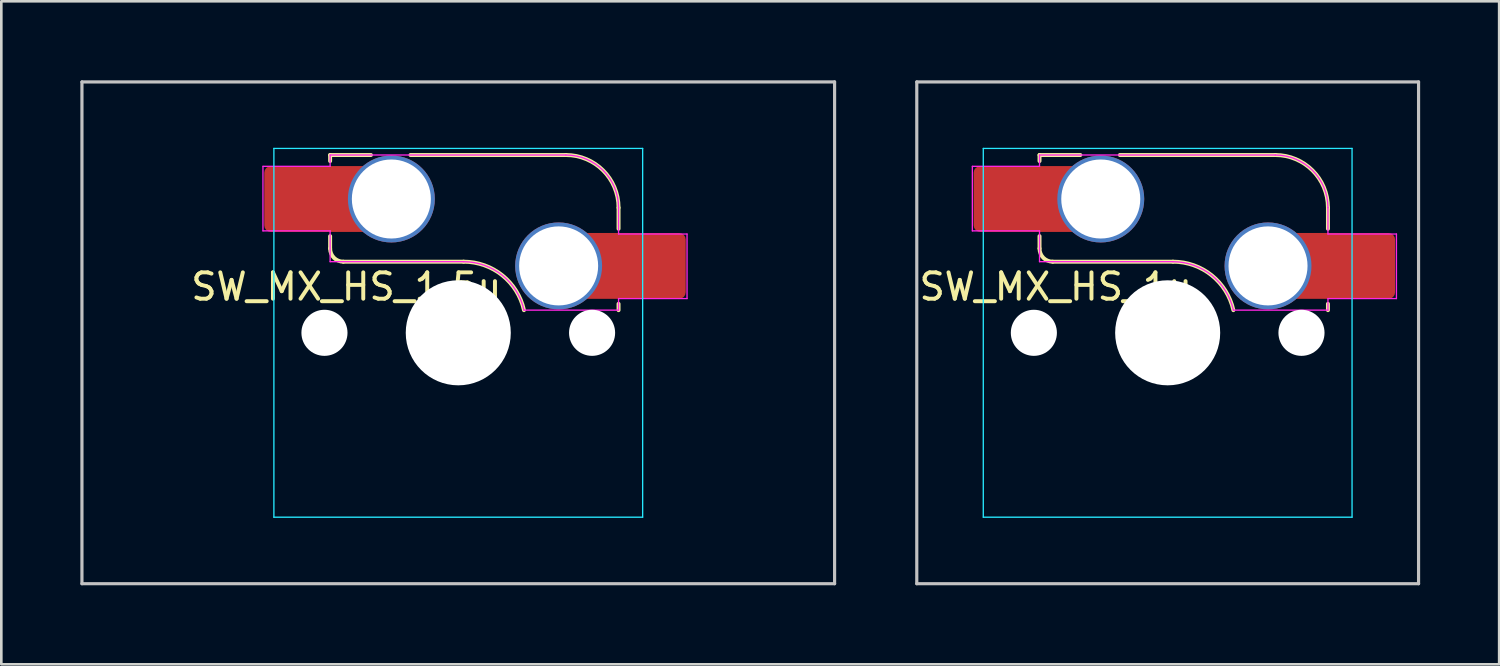
<source format=kicad_pcb>
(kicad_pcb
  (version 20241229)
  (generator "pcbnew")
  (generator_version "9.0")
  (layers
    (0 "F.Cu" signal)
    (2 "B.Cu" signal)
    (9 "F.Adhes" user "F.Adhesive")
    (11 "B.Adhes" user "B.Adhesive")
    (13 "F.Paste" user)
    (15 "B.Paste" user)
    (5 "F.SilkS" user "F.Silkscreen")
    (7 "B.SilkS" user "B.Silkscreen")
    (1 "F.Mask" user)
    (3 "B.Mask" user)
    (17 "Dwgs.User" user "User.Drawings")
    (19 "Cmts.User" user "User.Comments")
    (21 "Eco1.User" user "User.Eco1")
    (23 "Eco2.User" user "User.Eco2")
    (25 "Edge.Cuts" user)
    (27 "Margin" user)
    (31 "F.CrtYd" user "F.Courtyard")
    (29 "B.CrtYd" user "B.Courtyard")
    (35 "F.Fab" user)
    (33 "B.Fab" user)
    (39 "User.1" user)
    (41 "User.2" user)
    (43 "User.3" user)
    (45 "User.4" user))
  (footprint "SW_MX_HS_1u"
    (layer "F.Cu")
    (at 41.28 9.585)
    (property "Reference" "SW_MX_HS_1u" (at -4.25 -1.75 0) (layer "F.SilkS") (effects (font (size 1 1) (thickness 0.15))))
    (attr smd)
    (fp_line (start -4.865 -6.75) (end -4.865 -6.52) (stroke (width 0.15) (type solid)) (layer "F.SilkS"))
    (fp_line (start -4.865 -3.67) (end -4.865 -3.2) (stroke (width 0.15) (type solid)) (layer "F.SilkS"))
    (fp_line (start -4.365 -2.7) (end 0.2 -2.7) (stroke (width 0.15) (type solid)) (layer "F.SilkS"))
    (fp_line (start -3.315 -6.75) (end -4.865 -6.75) (stroke (width 0.15) (type solid)) (layer "F.SilkS"))
    (fp_line (start 4.085 -6.75) (end -1.815 -6.75) (stroke (width 0.15) (type solid)) (layer "F.SilkS"))
    (fp_line (start 6.085 -3.95) (end 6.085 -4.75) (stroke (width 0.15) (type solid)) (layer "F.SilkS"))
    (fp_line (start 6.085 -1.1) (end 6.085 -0.86) (stroke (width 0.15) (type solid)) (layer "F.SilkS"))
    (fp_arc (start -4.364824 -2.70022) (mid -4.718377 -2.846667) (end -4.864824 -3.20022) (stroke (width 0.15) (type solid)) (layer "F.SilkS"))
    (fp_arc (start 0.2 -2.70022) (mid 1.670693 -2.183637) (end 2.494322 -0.86022) (stroke (width 0.15) (type solid)) (layer "F.SilkS"))
    (fp_arc (start 4.085176 -6.75022) (mid 5.49939 -6.164434) (end 6.085176 -4.75022) (stroke (width 0.15) (type solid)) (layer "F.SilkS"))
    (fp_line (start -9.525 -9.525) (end 9.525 -9.525) (stroke (width 0.12) (type solid)) (layer "Dwgs.User"))
    (fp_line (start -9.525 9.525) (end -9.525 -9.525) (stroke (width 0.12) (type solid)) (layer "Dwgs.User"))
    (fp_line (start 9.525 -9.525) (end 9.525 9.525) (stroke (width 0.12) (type solid)) (layer "Dwgs.User"))
    (fp_line (start 9.525 9.525) (end -9.525 9.525) (stroke (width 0.12) (type solid)) (layer "Dwgs.User"))
    (fp_line (start -7 -6.5) (end -7 6.5) (stroke (width 0.05) (type solid)) (layer "Eco2.User"))
    (fp_line (start -6.5 7) (end 6.5 7) (stroke (width 0.05) (type solid)) (layer "Eco2.User"))
    (fp_line (start 6.5 -7) (end -6.5 -7) (stroke (width 0.05) (type solid)) (layer "Eco2.User"))
    (fp_line (start 7 6.5) (end 7 -6.5) (stroke (width 0.05) (type solid)) (layer "Eco2.User"))
    (fp_arc (start -7 -6.5) (mid -6.853553 -6.853553) (end -6.5 -7) (stroke (width 0.05) (type solid)) (layer "Eco2.User"))
    (fp_arc (start -6.497236 6.998884) (mid -6.850789 6.852437) (end -6.997236 6.498884) (stroke (width 0.05) (type solid)) (layer "Eco2.User"))
    (fp_arc (start 6.5 -7) (mid 6.853553 -6.853553) (end 7 -6.5) (stroke (width 0.05) (type solid)) (layer "Eco2.User"))
    (fp_arc (start 7 6.5) (mid 6.853553 6.853553) (end 6.5 7) (stroke (width 0.05) (type solid)) (layer "Eco2.User"))
    (fp_line (start -7 -7) (end 7 -7) (stroke (width 0.05) (type solid)) (layer "B.CrtYd"))
    (fp_line (start -7 7) (end -7 -7) (stroke (width 0.05) (type solid)) (layer "B.CrtYd"))
    (fp_line (start 7 -7) (end 7 7) (stroke (width 0.05) (type solid)) (layer "B.CrtYd"))
    (fp_line (start 7 7) (end -7 7) (stroke (width 0.05) (type solid)) (layer "B.CrtYd"))
    (fp_line (start -7.415 -6.32) (end -4.865 -6.32) (stroke (width 0.05) (type solid)) (layer "F.CrtYd"))
    (fp_line (start -7.415 -3.87) (end -7.415 -6.32) (stroke (width 0.05) (type solid)) (layer "F.CrtYd"))
    (fp_line (start -4.865 -6.75) (end -4.865 -6.32) (stroke (width 0.05) (type solid)) (layer "F.CrtYd"))
    (fp_line (start -4.865 -3.87) (end -7.415 -3.87) (stroke (width 0.05) (type solid)) (layer "F.CrtYd"))
    (fp_line (start -4.865 -3.87) (end -4.865 -2.7) (stroke (width 0.05) (type solid)) (layer "F.CrtYd"))
    (fp_line (start -4.865 -2.7) (end 0.2 -2.7) (stroke (width 0.05) (type solid)) (layer "F.CrtYd"))
    (fp_line (start 4.085 -6.75) (end -4.865 -6.75) (stroke (width 0.05) (type solid)) (layer "F.CrtYd"))
    (fp_line (start 6.085 -3.75) (end 6.085 -4.75) (stroke (width 0.05) (type solid)) (layer "F.CrtYd"))
    (fp_line (start 6.085 -3.75) (end 8.685 -3.75) (stroke (width 0.05) (type solid)) (layer "F.CrtYd"))
    (fp_line (start 6.085 -1.3) (end 6.085 -0.86) (stroke (width 0.05) (type solid)) (layer "F.CrtYd"))
    (fp_line (start 6.085 -0.86) (end 2.494 -0.86) (stroke (width 0.05) (type solid)) (layer "F.CrtYd"))
    (fp_line (start 8.685 -3.75) (end 8.685 -1.3) (stroke (width 0.05) (type solid)) (layer "F.CrtYd"))
    (fp_line (start 8.685 -1.3) (end 6.085 -1.3) (stroke (width 0.05) (type solid)) (layer "F.CrtYd"))
    (fp_arc (start 0.2 -2.70022) (mid 1.670503 -2.183399) (end 2.494322 -0.86022) (stroke (width 0.05) (type solid)) (layer "F.CrtYd"))
    (fp_arc (start 4.085176 -6.75022) (mid 5.49939 -6.164434) (end 6.085176 -4.75022) (stroke (width 0.05) (type solid)) (layer "F.CrtYd"))
    (pad "" np_thru_hole circle (at -5.08 0) (size 1.75 1.75) (drill 1.75) (layers "*.Cu" "*.Mask"))
    (pad "" np_thru_hole circle (at 0 0) (size 3.988 3.988) (drill 3.988) (layers "*.Cu" "*.Mask"))
    (pad "" np_thru_hole circle (at 5.08 0) (size 1.75 1.75) (drill 1.75) (layers "*.Cu" "*.Mask"))
    (pad "1" thru_hole circle (at 3.81 -2.54) (size 3.3 3.3) (drill 3) (layers "*.Cu" "*.Mask"))
    (pad "1" smd rect (at 5.635 -2.54 180) (size 1.65 2.5) (layers "F.Cu"))
    (pad "1" smd roundrect (at 7.36 -2.54) (size 2.55 2.5) (layers "F.Cu" "F.Mask" "F.Paste") (roundrect_rratio 0.1))
    (pad "2" smd roundrect (at -6.09 -5.08) (size 2.55 2.5) (layers "F.Cu" "F.Mask" "F.Paste") (roundrect_rratio 0.1))
    (pad "2" smd rect (at -4.34 -5.08) (size 1.65 2.5) (layers "F.Cu"))
    (pad "2" thru_hole circle (at -2.54 -5.08) (size 3.3 3.3) (drill 3) (layers "*.Cu" "*.Mask")))
  (footprint "SW_MX_HS_1.5u"
    (layer "F.Cu")
    (at 14.348 9.585)
    (property "Reference" "SW_MX_HS_1.5u" (at -4.25 -1.75 0) (layer "F.SilkS") (effects (font (size 1 1) (thickness 0.15))))
    (attr smd)
    (fp_line (start -4.865 -6.75) (end -4.865 -6.52) (stroke (width 0.15) (type solid)) (layer "F.SilkS"))
    (fp_line (start -4.865 -3.67) (end -4.865 -3.2) (stroke (width 0.15) (type solid)) (layer "F.SilkS"))
    (fp_line (start -4.365 -2.7) (end 0.2 -2.7) (stroke (width 0.15) (type solid)) (layer "F.SilkS"))
    (fp_line (start -3.315 -6.75) (end -4.865 -6.75) (stroke (width 0.15) (type solid)) (layer "F.SilkS"))
    (fp_line (start 4.085 -6.75) (end -1.815 -6.75) (stroke (width 0.15) (type solid)) (layer "F.SilkS"))
    (fp_line (start 6.085 -3.95) (end 6.085 -4.75) (stroke (width 0.15) (type solid)) (layer "F.SilkS"))
    (fp_line (start 6.085 -1.1) (end 6.085 -0.86) (stroke (width 0.15) (type solid)) (layer "F.SilkS"))
    (fp_arc (start -4.364824 -2.70022) (mid -4.718377 -2.846667) (end -4.864824 -3.20022) (stroke (width 0.15) (type solid)) (layer "F.SilkS"))
    (fp_arc (start 0.2 -2.70022) (mid 1.670693 -2.183637) (end 2.494322 -0.86022) (stroke (width 0.15) (type solid)) (layer "F.SilkS"))
    (fp_arc (start 4.085176 -6.75022) (mid 5.49939 -6.164434) (end 6.085176 -4.75022) (stroke (width 0.15) (type solid)) (layer "F.SilkS"))
    (fp_line (start -14.287 -9.525) (end 14.287 -9.525) (stroke (width 0.12) (type solid)) (layer "Dwgs.User"))
    (fp_line (start -14.287 9.525) (end -14.287 -9.525) (stroke (width 0.12) (type solid)) (layer "Dwgs.User"))
    (fp_line (start 14.287 -9.525) (end 14.287 9.525) (stroke (width 0.12) (type solid)) (layer "Dwgs.User"))
    (fp_line (start 14.287 9.525) (end -14.287 9.525) (stroke (width 0.12) (type solid)) (layer "Dwgs.User"))
    (fp_line (start -7 -6.5) (end -7 6.5) (stroke (width 0.05) (type solid)) (layer "Eco2.User"))
    (fp_line (start -6.5 7) (end 6.5 7) (stroke (width 0.05) (type solid)) (layer "Eco2.User"))
    (fp_line (start 6.5 -7) (end -6.5 -7) (stroke (width 0.05) (type solid)) (layer "Eco2.User"))
    (fp_line (start 7 6.5) (end 7 -6.5) (stroke (width 0.05) (type solid)) (layer "Eco2.User"))
    (fp_arc (start -7 -6.5) (mid -6.853553 -6.853553) (end -6.5 -7) (stroke (width 0.05) (type solid)) (layer "Eco2.User"))
    (fp_arc (start -6.497236 6.998884) (mid -6.850789 6.852437) (end -6.997236 6.498884) (stroke (width 0.05) (type solid)) (layer "Eco2.User"))
    (fp_arc (start 6.5 -7) (mid 6.853553 -6.853553) (end 7 -6.5) (stroke (width 0.05) (type solid)) (layer "Eco2.User"))
    (fp_arc (start 7 6.5) (mid 6.853553 6.853553) (end 6.5 7) (stroke (width 0.05) (type solid)) (layer "Eco2.User"))
    (fp_line (start -7 -7) (end 7 -7) (stroke (width 0.05) (type solid)) (layer "B.CrtYd"))
    (fp_line (start -7 7) (end -7 -7) (stroke (width 0.05) (type solid)) (layer "B.CrtYd"))
    (fp_line (start 7 -7) (end 7 7) (stroke (width 0.05) (type solid)) (layer "B.CrtYd"))
    (fp_line (start 7 7) (end -7 7) (stroke (width 0.05) (type solid)) (layer "B.CrtYd"))
    (fp_line (start -7.415 -6.32) (end -4.865 -6.32) (stroke (width 0.05) (type solid)) (layer "F.CrtYd"))
    (fp_line (start -7.415 -3.87) (end -7.415 -6.32) (stroke (width 0.05) (type solid)) (layer "F.CrtYd"))
    (fp_line (start -4.865 -6.75) (end -4.865 -6.32) (stroke (width 0.05) (type solid)) (layer "F.CrtYd"))
    (fp_line (start -4.865 -3.87) (end -7.415 -3.87) (stroke (width 0.05) (type solid)) (layer "F.CrtYd"))
    (fp_line (start -4.865 -3.87) (end -4.865 -2.7) (stroke (width 0.05) (type solid)) (layer "F.CrtYd"))
    (fp_line (start -4.865 -2.7) (end 0.2 -2.7) (stroke (width 0.05) (type solid)) (layer "F.CrtYd"))
    (fp_line (start 4.085 -6.75) (end -4.865 -6.75) (stroke (width 0.05) (type solid)) (layer "F.CrtYd"))
    (fp_line (start 6.085 -3.75) (end 6.085 -4.75) (stroke (width 0.05) (type solid)) (layer "F.CrtYd"))
    (fp_line (start 6.085 -3.75) (end 8.685 -3.75) (stroke (width 0.05) (type solid)) (layer "F.CrtYd"))
    (fp_line (start 6.085 -1.3) (end 6.085 -0.86) (stroke (width 0.05) (type solid)) (layer "F.CrtYd"))
    (fp_line (start 6.085 -0.86) (end 2.494 -0.86) (stroke (width 0.05) (type solid)) (layer "F.CrtYd"))
    (fp_line (start 8.685 -3.75) (end 8.685 -1.3) (stroke (width 0.05) (type solid)) (layer "F.CrtYd"))
    (fp_line (start 8.685 -1.3) (end 6.085 -1.3) (stroke (width 0.05) (type solid)) (layer "F.CrtYd"))
    (fp_arc (start 0.2 -2.70022) (mid 1.670503 -2.183399) (end 2.494322 -0.86022) (stroke (width 0.05) (type solid)) (layer "F.CrtYd"))
    (fp_arc (start 4.085176 -6.75022) (mid 5.49939 -6.164434) (end 6.085176 -4.75022) (stroke (width 0.05) (type solid)) (layer "F.CrtYd"))
    (pad "" np_thru_hole circle (at -5.08 0) (size 1.75 1.75) (drill 1.75) (layers "*.Cu" "*.Mask"))
    (pad "" np_thru_hole circle (at 0 0) (size 3.988 3.988) (drill 3.988) (layers "*.Cu" "*.Mask"))
    (pad "" np_thru_hole circle (at 5.08 0) (size 1.75 1.75) (drill 1.75) (layers "*.Cu" "*.Mask"))
    (pad "1" thru_hole circle (at 3.81 -2.54) (size 3.3 3.3) (drill 3) (layers "*.Cu" "*.Mask"))
    (pad "1" smd rect (at 5.635 -2.54 180) (size 1.65 2.5) (layers "F.Cu"))
    (pad "1" smd roundrect (at 7.36 -2.54) (size 2.55 2.5) (layers "F.Cu" "F.Mask" "F.Paste") (roundrect_rratio 0.1))
    (pad "2" smd roundrect (at -6.09 -5.08) (size 2.55 2.5) (layers "F.Cu" "F.Mask" "F.Paste") (roundrect_rratio 0.1))
    (pad "2" smd rect (at -4.34 -5.08) (size 1.65 2.5) (layers "F.Cu"))
    (pad "2" thru_hole circle (at -2.54 -5.08) (size 3.3 3.3) (drill 3) (layers "*.Cu" "*.Mask")))
  (gr_rect
    (start -3 -3)
    (end 53.865 22.17)
    (stroke (width 0.1) (type default))
    (fill no)
    (layer "Edge.Cuts")))
</source>
